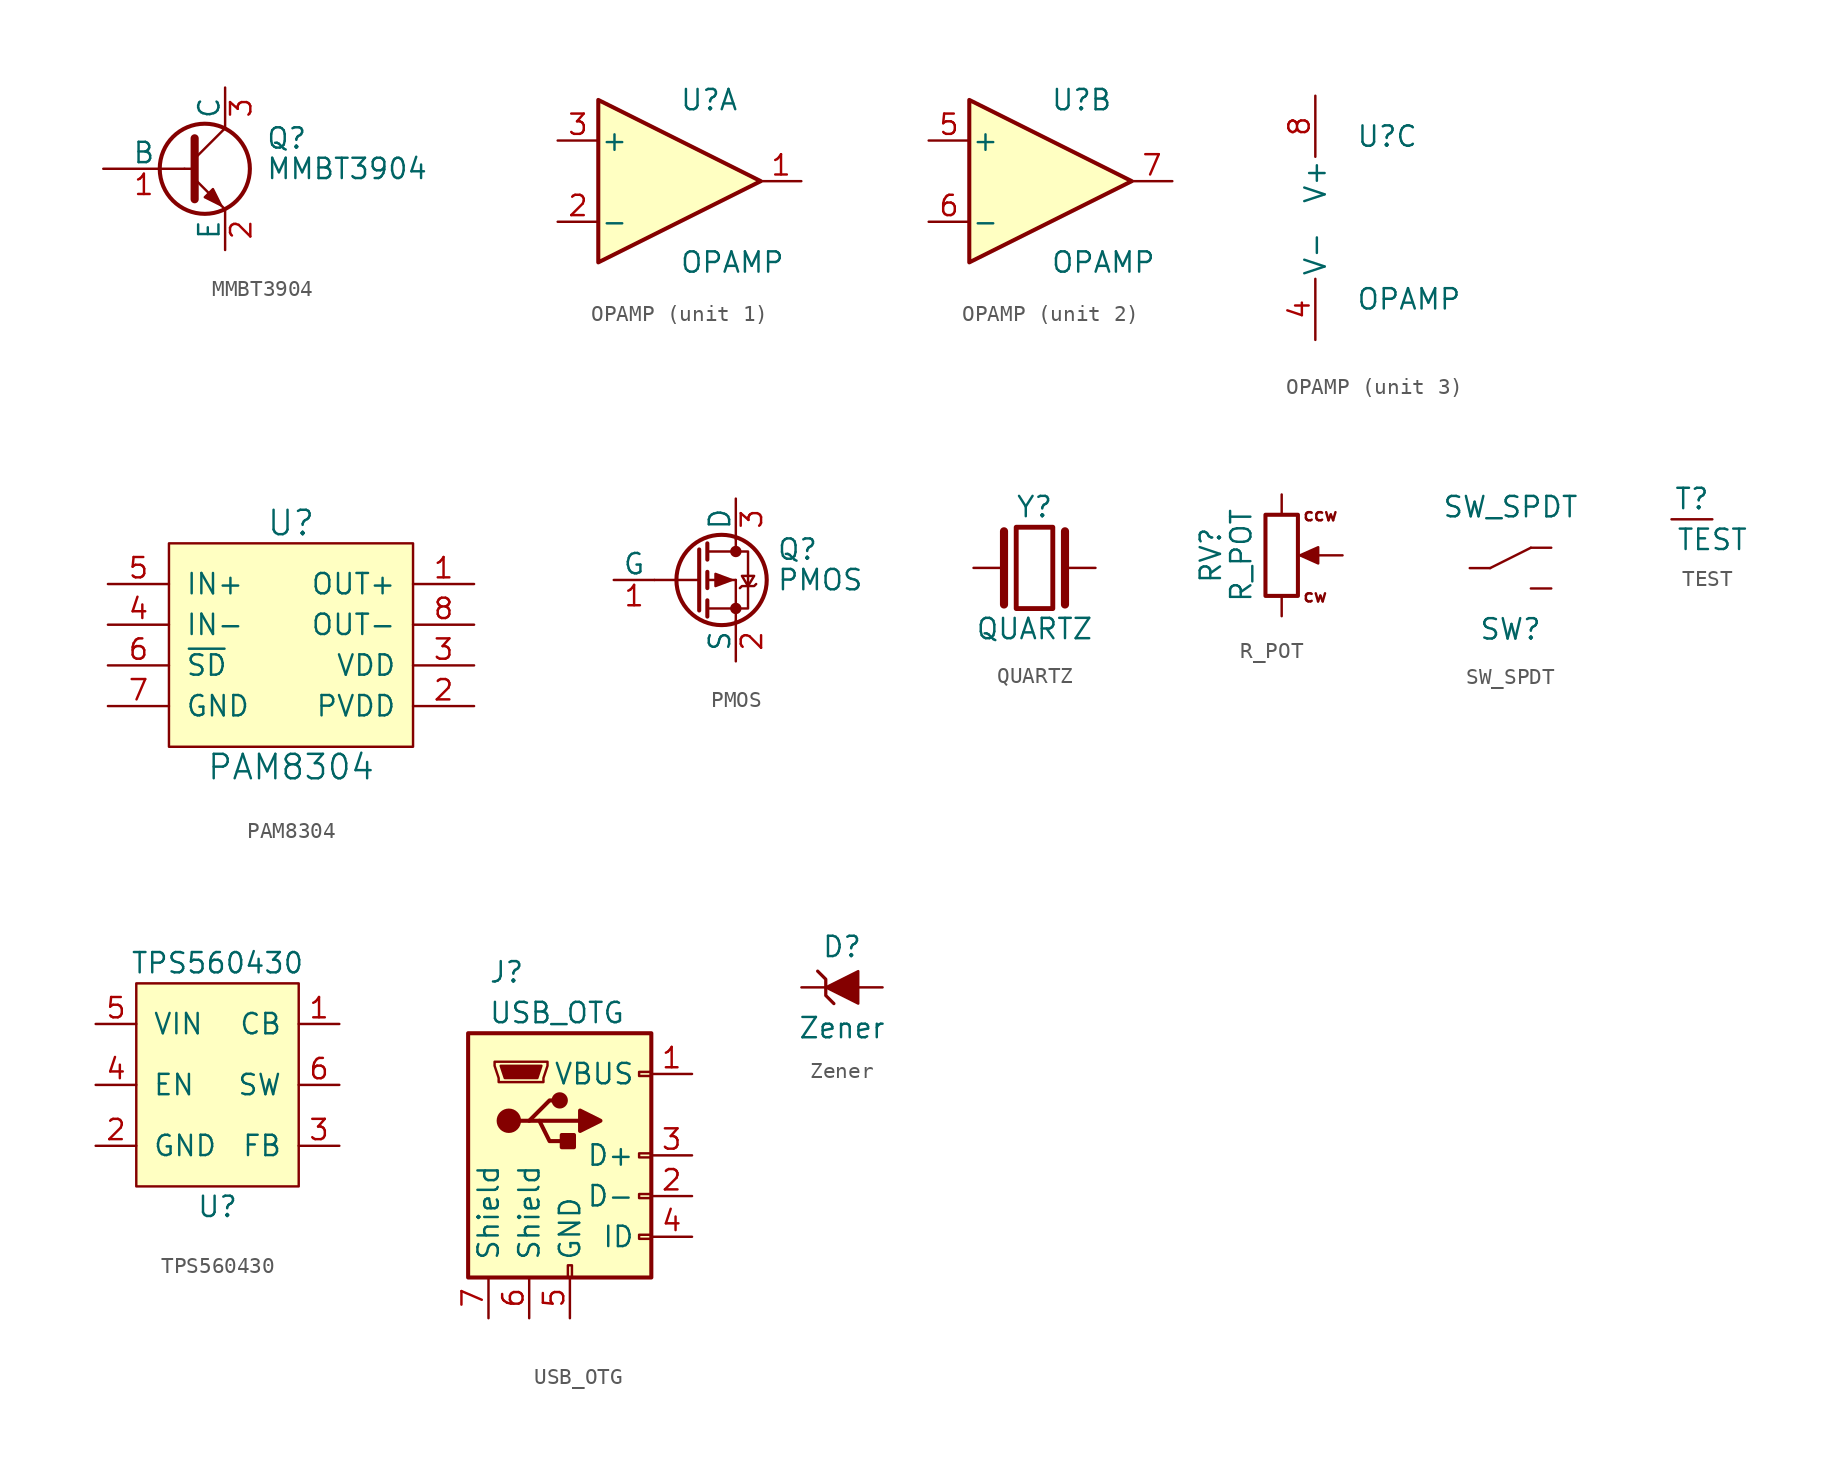
<source format=kicad_sym>
(kicad_symbol_lib
  (version 20211014)
  (generator kicad_symbol_editor)
  (symbol "MMBT3904"
    (pin_names
      (offset 0))
    (property "Reference" "Q"
      (at 5.08 1.905 0)
      (effects (font (size 1.27 1.27)) (justify left)))
    (property "Value" "MMBT3904"
      (at 5.08 0 0)
      (effects (font (size 1.27 1.27)) (justify left)))
    (property "Datasheet" ""
      (at 0 0 0)
      (effects (font (size 1.27 1.27)) (justify left)))
    (symbol "MMBT3904_0_1"
      (polyline (pts (xy 0 0) (xy 0.635 0)) (stroke (width 0) (type default) (color 0 0 0 0)) (fill (type none)))
      (polyline (pts (xy 0.635 0.635) (xy 2.54 2.54)) (stroke (width 0) (type default) (color 0 0 0 0)) (fill (type none)))
      (polyline (pts (xy 0.635 -0.635) (xy 2.54 -2.54) (xy 2.54 -2.54)) (stroke (width 0) (type default) (color 0 0 0 0)) (fill (type none)))
      (polyline (pts (xy 0.635 1.905) (xy 0.635 -1.905) (xy 0.635 -1.905)) (stroke (width 0.508) (type default) (color 0 0 0 0)) (fill (type none)))
      (polyline (pts (xy 1.27 -1.778) (xy 1.778 -1.27) (xy 2.286 -2.286) (xy 1.27 -1.778) (xy 1.27 -1.778)) (stroke (width 0) (type default) (color 0 0 0 0)) (fill (type outline)))
      (circle (center 1.27 0) (radius 2.819) (stroke (width 0.254) (type default) (color 0 0 0 0)) (fill (type none))))
    (symbol "MMBT3904_1_1"
      (pin input line (at -5.08 0 0) (length 5.08) (name "B" (effects (font (size 1.27 1.27)))) (number "1" (effects (font (size 1.27 1.27)))))
      (pin passive line (at 2.54 -5.08 90) (length 2.54) (name "E" (effects (font (size 1.27 1.27)))) (number "2" (effects (font (size 1.27 1.27)))))
      (pin passive line (at 2.54 5.08 270) (length 2.54) (name "C" (effects (font (size 1.27 1.27)))) (number "3" (effects (font (size 1.27 1.27)))))))
  (symbol "OPAMP"
    (pin_names
      (offset 0.127))
    (property "Reference" "U"
      (at 0 5.08 0)
      (effects (font (size 1.27 1.27)) (justify left)))
    (property "Value" "OPAMP"
      (at 0 -5.08 0)
      (effects (font (size 1.27 1.27)) (justify left)))
    (property "ki_locked" ""
      (at 0 0 0)
      (effects (font (size 1.27 1.27))))
    (symbol "OPAMP_1_1"
      (polyline (pts (xy -5.08 5.08) (xy 5.08 0) (xy -5.08 -5.08) (xy -5.08 5.08)) (stroke (width 0.254) (type default) (color 0 0 0 0)) (fill (type background)))
      (pin output line (at 7.62 0 180) (length 2.54) (name "~" (effects (font (size 1.27 1.27)))) (number "1" (effects (font (size 1.27 1.27)))))
      (pin input line (at -7.62 -2.54 0) (length 2.54) (name "-" (effects (font (size 1.27 1.27)))) (number "2" (effects (font (size 1.27 1.27)))))
      (pin input line (at -7.62 2.54 0) (length 2.54) (name "+" (effects (font (size 1.27 1.27)))) (number "3" (effects (font (size 1.27 1.27))))))
    (symbol "OPAMP_2_1"
      (polyline (pts (xy -5.08 5.08) (xy 5.08 0) (xy -5.08 -5.08) (xy -5.08 5.08)) (stroke (width 0.254) (type default) (color 0 0 0 0)) (fill (type background)))
      (pin input line (at -7.62 2.54 0) (length 2.54) (name "+" (effects (font (size 1.27 1.27)))) (number "5" (effects (font (size 1.27 1.27)))))
      (pin input line (at -7.62 -2.54 0) (length 2.54) (name "-" (effects (font (size 1.27 1.27)))) (number "6" (effects (font (size 1.27 1.27)))))
      (pin output line (at 7.62 0 180) (length 2.54) (name "~" (effects (font (size 1.27 1.27)))) (number "7" (effects (font (size 1.27 1.27))))))
    (symbol "OPAMP_3_1"
      (pin power_in line (at -2.54 -7.62 90) (length 3.81) (name "V-" (effects (font (size 1.27 1.27)))) (number "4" (effects (font (size 1.27 1.27)))))
      (pin power_in line (at -2.54 7.62 270) (length 3.81) (name "V+" (effects (font (size 1.27 1.27)))) (number "8" (effects (font (size 1.27 1.27)))))))
  (symbol "PAM8304"
    (pin_names
      (offset 1.016))
    (property "Reference" "U"
      (at 0 7.62 0)
      (effects (font (size 1.524 1.524))))
    (property "Value" "PAM8304"
      (at 0 -7.62 0)
      (effects (font (size 1.524 1.524))))
    (property "Footprint" ""
      (at -1.27 -1.27 0)
      (effects (font (size 1.524 1.524))))
    (property "Datasheet" ""
      (at -1.27 -1.27 0)
      (effects (font (size 1.524 1.524))))
    (symbol "PAM8304_0_1"
      (rectangle (start -7.62 6.35) (end 7.62 -6.35) (stroke (width 0) (type default) (color 0 0 0 0)) (fill (type background))))
    (symbol "PAM8304_1_1"
      (pin input line (at 11.43 3.81 180) (length 3.81) (name "OUT+" (effects (font (size 1.27 1.27)))) (number "1" (effects (font (size 1.27 1.27)))))
      (pin input line (at 11.43 -3.81 180) (length 3.81) (name "PVDD" (effects (font (size 1.27 1.27)))) (number "2" (effects (font (size 1.27 1.27)))))
      (pin input line (at 11.43 -1.27 180) (length 3.81) (name "VDD" (effects (font (size 1.27 1.27)))) (number "3" (effects (font (size 1.27 1.27)))))
      (pin input line (at -11.43 1.27 0) (length 3.81) (name "IN-" (effects (font (size 1.27 1.27)))) (number "4" (effects (font (size 1.27 1.27)))))
      (pin input line (at -11.43 3.81 0) (length 3.81) (name "IN+" (effects (font (size 1.27 1.27)))) (number "5" (effects (font (size 1.27 1.27)))))
      (pin input line (at -11.43 -1.27 0) (length 3.81) (name "~{SD}" (effects (font (size 1.27 1.27)))) (number "6" (effects (font (size 1.27 1.27)))))
      (pin input line (at -11.43 -3.81 0) (length 3.81) (name "GND" (effects (font (size 1.27 1.27)))) (number "7" (effects (font (size 1.27 1.27)))))
      (pin input line (at 11.43 1.27 180) (length 3.81) (name "OUT-" (effects (font (size 1.27 1.27)))) (number "8" (effects (font (size 1.27 1.27)))))))
  (symbol "PMOS"
    (pin_names
      (offset 0))
    (property "Reference" "Q"
      (at 5.08 1.905 0)
      (effects (font (size 1.27 1.27)) (justify left)))
    (property "Value" "PMOS"
      (at 5.08 0 0)
      (effects (font (size 1.27 1.27)) (justify left)))
    (property "Footprint" ""
      (at 5.08 2.54 0)
      (effects (font (size 1.27 1.27))))
    (symbol "PMOS_0_1"
      (polyline (pts (xy -2.54 0) (xy 0.254 0)) (stroke (width 0) (type default) (color 0 0 0 0)) (fill (type none)))
      (polyline (pts (xy 0.762 -1.778) (xy 2.54 -1.778)) (stroke (width 0) (type default) (color 0 0 0 0)) (fill (type none)))
      (polyline (pts (xy 0.762 -1.27) (xy 0.762 -2.286)) (stroke (width 0.254) (type default) (color 0 0 0 0)) (fill (type none)))
      (polyline (pts (xy 0.762 0) (xy 2.54 0)) (stroke (width 0) (type default) (color 0 0 0 0)) (fill (type none)))
      (polyline (pts (xy 0.762 0.508) (xy 0.762 -0.508)) (stroke (width 0.254) (type default) (color 0 0 0 0)) (fill (type none)))
      (polyline (pts (xy 0.762 1.778) (xy 2.54 1.778)) (stroke (width 0) (type default) (color 0 0 0 0)) (fill (type none)))
      (polyline (pts (xy 0.762 2.286) (xy 0.762 1.27)) (stroke (width 0.254) (type default) (color 0 0 0 0)) (fill (type none)))
      (polyline (pts (xy 2.54 -1.778) (xy 2.54 -2.54)) (stroke (width 0) (type default) (color 0 0 0 0)) (fill (type none)))
      (polyline (pts (xy 2.54 -1.778) (xy 2.54 0)) (stroke (width 0) (type default) (color 0 0 0 0)) (fill (type none)))
      (polyline (pts (xy 2.54 2.54) (xy 2.54 1.778)) (stroke (width 0) (type default) (color 0 0 0 0)) (fill (type none)))
      (polyline (pts (xy 0.254 1.905) (xy 0.254 -1.905) (xy 0.254 -1.905)) (stroke (width 0.254) (type default) (color 0 0 0 0)) (fill (type none)))
      (polyline (pts (xy 2.286 0) (xy 1.27 -0.381) (xy 1.27 0.381) (xy 2.286 0)) (stroke (width 0) (type default) (color 0 0 0 0)) (fill (type outline)))
      (polyline (pts (xy 2.54 -1.778) (xy 3.302 -1.778) (xy 3.302 1.778) (xy 2.54 1.778)) (stroke (width 0) (type default) (color 0 0 0 0)) (fill (type none)))
      (polyline (pts (xy 2.794 -0.508) (xy 2.921 -0.381) (xy 3.683 -0.381) (xy 3.81 -0.254)) (stroke (width 0) (type default) (color 0 0 0 0)) (fill (type none)))
      (polyline (pts (xy 3.302 -0.381) (xy 2.921 0.254) (xy 3.683 0.254) (xy 3.302 -0.381)) (stroke (width 0) (type default) (color 0 0 0 0)) (fill (type none)))
      (circle (center 1.651 0) (radius 2.819) (stroke (width 0.254) (type default) (color 0 0 0 0)) (fill (type none)))
      (circle (center 2.54 -1.778) (radius 0.279) (stroke (width 0) (type default) (color 0 0 0 0)) (fill (type outline)))
      (circle (center 2.54 1.778) (radius 0.279) (stroke (width 0) (type default) (color 0 0 0 0)) (fill (type outline))))
    (symbol "PMOS_1_1"
      (pin input line (at -5.08 0 0) (length 2.54) (name "G" (effects (font (size 1.27 1.27)))) (number "1" (effects (font (size 1.27 1.27)))))
      (pin passive line (at 2.54 -5.08 90) (length 2.54) (name "S" (effects (font (size 1.27 1.27)))) (number "2" (effects (font (size 1.27 1.27)))))
      (pin passive line (at 2.54 5.08 270) (length 2.54) (name "D" (effects (font (size 1.27 1.27)))) (number "3" (effects (font (size 1.27 1.27)))))))
  (symbol "QUARTZ"
    (pin_numbers hide)
    (pin_names
      (offset 1.016) hide)
    (property "Reference" "Y"
      (at 0 3.81 0)
      (effects (font (size 1.27 1.27))))
    (property "Value" "QUARTZ"
      (at 0 -3.81 0)
      (effects (font (size 1.27 1.27))))
    (symbol "QUARTZ_0_1"
      (rectangle (start -1.143 2.54) (end 1.143 -2.54) (stroke (width 0.305) (type default) (color 0 0 0 0)) (fill (type none)))
      (polyline (pts (xy -1.905 -2.286) (xy -1.905 2.286)) (stroke (width 0.508) (type default) (color 0 0 0 0)) (fill (type none)))
      (polyline (pts (xy 1.905 -2.286) (xy 1.905 2.286)) (stroke (width 0.508) (type default) (color 0 0 0 0)) (fill (type none))))
    (symbol "QUARTZ_1_1"
      (pin passive line (at -3.81 0 0) (length 1.905) (name "1" (effects (font (size 1.27 1.27)))) (number "1" (effects (font (size 1.27 1.27)))))
      (pin passive line (at 3.81 0 180) (length 1.905) (name "2" (effects (font (size 1.27 1.27)))) (number "2" (effects (font (size 1.27 1.27)))))))
  (symbol "R_POT"
    (pin_numbers hide)
    (pin_names
      (offset 1.016) hide)
    (property "Reference" "RV"
      (at -4.445 0 90)
      (effects (font (size 1.27 1.27))))
    (property "Value" "R_POT"
      (at -2.54 0 90)
      (effects (font (size 1.27 1.27))))
    (symbol "R_POT_0_0"
      (text "ccw" (at 1.27 2.54 0) (effects (font (size 0.762 0.762)) (justify left)))
      (text "cw" (at 1.27 -2.54 0) (effects (font (size 0.762 0.762)) (justify left))))
    (symbol "R_POT_0_1"
      (polyline (pts (xy 1.143 0) (xy 2.286 0.508) (xy 2.286 -0.508) (xy 1.143 0)) (stroke (width 0) (type default) (color 0 0 0 0)) (fill (type outline)))
      (rectangle (start 1.016 2.54) (end -1.016 -2.54) (stroke (width 0.254) (type default) (color 0 0 0 0)) (fill (type none))))
    (symbol "R_POT_1_1"
      (pin passive line (at 0 3.81 270) (length 1.27) (name "1" (effects (font (size 1.27 1.27)))) (number "1" (effects (font (size 1.27 1.27)))))
      (pin passive line (at 3.81 0 180) (length 2.032) (name "2" (effects (font (size 1.27 1.27)))) (number "2" (effects (font (size 1.27 1.27)))))
      (pin passive line (at 0 -3.81 90) (length 1.27) (name "3" (effects (font (size 1.27 1.27)))) (number "3" (effects (font (size 1.27 1.27)))))))
  (symbol "SW_SPDT"
    (pin_numbers hide)
    (pin_names
      (offset 1.016))
    (property "Reference" "SW"
      (at 0 -3.81 0)
      (effects (font (size 1.27 1.27))))
    (property "Value" "SW_SPDT"
      (at 0 3.81 0)
      (effects (font (size 1.27 1.27))))
    (symbol "SW_SPDT_0_1"
      (polyline (pts (xy -1.27 0) (xy 1.27 1.27)) (stroke (width 0) (type default) (color 0 0 0 0)) (fill (type none))))
    (symbol "SW_SPDT_1_1"
      (pin passive line (at 2.54 1.27 180) (length 1.27) (name "~" (effects (font (size 1.27 1.27)))) (number "1" (effects (font (size 1.27 1.27)))))
      (pin passive line (at -2.54 0 0) (length 1.27) (name "~" (effects (font (size 1.27 1.27)))) (number "2" (effects (font (size 1.27 1.27)))))
      (pin passive line (at 2.54 -1.27 180) (length 1.27) (name "~" (effects (font (size 1.27 1.27)))) (number "3" (effects (font (size 1.27 1.27)))))))
  (symbol "TEST"
    (pin_numbers hide)
    (pin_names
      (offset 1.016))
    (property "Reference" "T"
      (at -1.27 1.27 0)
      (effects (font (size 1.27 1.27))))
    (property "Value" "TEST"
      (at 0 -1.27 0)
      (effects (font (size 1.27 1.27))))
    (symbol "TEST_1_1"
      (pin input line (at -2.54 0 0) (length 2.54) (name "~" (effects (font (size 1.27 1.27)))) (number "1" (effects (font (size 1.27 1.27)))))))
  (symbol "TPS560430"
    (pin_names
      (offset 1.016))
    (property "Reference" "U"
      (at 0 -7.62 0)
      (effects (font (size 1.27 1.27))))
    (property "Value" "TPS560430"
      (at 0 7.62 0)
      (effects (font (size 1.27 1.27))))
    (symbol "TPS560430_0_1"
      (rectangle (start -5.08 6.35) (end 5.08 -6.35) (stroke (width 0) (type default) (color 0 0 0 0)) (fill (type background))))
    (symbol "TPS560430_1_1"
      (pin input line (at 7.62 3.81 180) (length 2.54) (name "CB" (effects (font (size 1.27 1.27)))) (number "1" (effects (font (size 1.27 1.27)))))
      (pin power_in line (at -7.62 -3.81 0) (length 2.54) (name "GND" (effects (font (size 1.27 1.27)))) (number "2" (effects (font (size 1.27 1.27)))))
      (pin input line (at 7.62 -3.81 180) (length 2.54) (name "FB" (effects (font (size 1.27 1.27)))) (number "3" (effects (font (size 1.27 1.27)))))
      (pin input line (at -7.62 0 0) (length 2.54) (name "EN" (effects (font (size 1.27 1.27)))) (number "4" (effects (font (size 1.27 1.27)))))
      (pin power_in line (at -7.62 3.81 0) (length 2.54) (name "VIN" (effects (font (size 1.27 1.27)))) (number "5" (effects (font (size 1.27 1.27)))))
      (pin output line (at 7.62 0 180) (length 2.54) (name "SW" (effects (font (size 1.27 1.27)))) (number "6" (effects (font (size 1.27 1.27)))))))
  (symbol "USB_OTG"
    (pin_names
      (offset 1.016))
    (property "Reference" "J"
      (at -5.08 11.43 0)
      (effects (font (size 1.27 1.27)) (justify left)))
    (property "Value" "USB_OTG"
      (at -5.08 8.89 0)
      (effects (font (size 1.27 1.27)) (justify left)))
    (symbol "USB_OTG_0_1"
      (rectangle (start -6.35 -7.62) (end 5.08 7.62) (stroke (width 0.254) (type default) (color 0 0 0 0)) (fill (type background)))
      (circle (center -3.81 2.159) (radius 0.635) (stroke (width 0.254) (type default) (color 0 0 0 0)) (fill (type outline)))
      (circle (center -0.635 3.429) (radius 0.381) (stroke (width 0.254) (type default) (color 0 0 0 0)) (fill (type outline)))
      (rectangle (start -0.127 -7.62) (end 0.127 -6.858) (stroke (width 0) (type default) (color 0 0 0 0)) (fill (type none)))
      (polyline (pts (xy -1.905 2.159) (xy 0.635 2.159)) (stroke (width 0.254) (type default) (color 0 0 0 0)) (fill (type none)))
      (polyline (pts (xy -3.175 2.159) (xy -2.54 2.159) (xy -1.27 3.429) (xy -0.635 3.429)) (stroke (width 0.254) (type default) (color 0 0 0 0)) (fill (type none)))
      (polyline (pts (xy -2.54 2.159) (xy -1.905 2.159) (xy -1.27 0.889) (xy 0 0.889)) (stroke (width 0.254) (type default) (color 0 0 0 0)) (fill (type none)))
      (polyline (pts (xy 0.635 2.794) (xy 0.635 1.524) (xy 1.905 2.159) (xy 0.635 2.794)) (stroke (width 0.254) (type default) (color 0 0 0 0)) (fill (type outline)))
      (polyline (pts (xy -4.318 5.588) (xy -1.778 5.588) (xy -2.032 4.826) (xy -4.064 4.826) (xy -4.318 5.588)) (stroke (width 0) (type default) (color 0 0 0 0)) (fill (type outline)))
      (polyline (pts (xy -4.699 5.842) (xy -4.699 5.588) (xy -4.445 4.826) (xy -4.445 4.572) (xy -1.651 4.572) (xy -1.651 4.826) (xy -1.397 5.588) (xy -1.397 5.842) (xy -4.699 5.842)) (stroke (width 0) (type default) (color 0 0 0 0)) (fill (type none)))
      (rectangle (start 0.254 1.27) (end -0.508 0.508) (stroke (width 0.254) (type default) (color 0 0 0 0)) (fill (type outline)))
      (rectangle (start 5.08 -5.207) (end 4.318 -4.953) (stroke (width 0) (type default) (color 0 0 0 0)) (fill (type none)))
      (rectangle (start 5.08 -2.667) (end 4.318 -2.413) (stroke (width 0) (type default) (color 0 0 0 0)) (fill (type none)))
      (rectangle (start 5.08 -0.127) (end 4.318 0.127) (stroke (width 0) (type default) (color 0 0 0 0)) (fill (type none)))
      (rectangle (start 5.08 4.953) (end 4.318 5.207) (stroke (width 0) (type default) (color 0 0 0 0)) (fill (type none))))
    (symbol "USB_OTG_1_1"
      (pin power_in line (at 7.62 5.08 180) (length 2.54) (name "VBUS" (effects (font (size 1.27 1.27)))) (number "1" (effects (font (size 1.27 1.27)))))
      (pin passive line (at 7.62 -2.54 180) (length 2.54) (name "D-" (effects (font (size 1.27 1.27)))) (number "2" (effects (font (size 1.27 1.27)))))
      (pin passive line (at 7.62 0 180) (length 2.54) (name "D+" (effects (font (size 1.27 1.27)))) (number "3" (effects (font (size 1.27 1.27)))))
      (pin passive line (at 7.62 -5.08 180) (length 2.54) (name "ID" (effects (font (size 1.27 1.27)))) (number "4" (effects (font (size 1.27 1.27)))))
      (pin power_in line (at 0 -10.16 90) (length 2.54) (name "GND" (effects (font (size 1.27 1.27)))) (number "5" (effects (font (size 1.27 1.27)))))
      (pin passive line (at -2.54 -10.16 90) (length 2.54) (name "Shield" (effects (font (size 1.27 1.27)))) (number "6" (effects (font (size 1.27 1.27)))))
      (pin passive line (at -5.08 -10.16 90) (length 2.54) (name "Shield" (effects (font (size 1.27 1.27)))) (number "7" (effects (font (size 1.27 1.27)))))))
  (symbol "Zener"
    (pin_numbers hide)
    (pin_names
      (offset 1.016) hide)
    (property "Reference" "D"
      (at 0 2.54 0)
      (effects (font (size 1.27 1.27))))
    (property "Value" "Zener"
      (at 0 -2.54 0)
      (effects (font (size 1.27 1.27))))
    (property "Footprint" ""
      (at 0 0 0)
      (effects (font (size 1.27 1.27))))
    (property "Datasheet" ""
      (at 0 0 0)
      (effects (font (size 1.27 1.27))))
    (symbol "Zener_0_1"
      (polyline (pts (xy -1.524 1.016) (xy -1.016 0.508) (xy -1.016 -0.508) (xy -0.508 -1.016)) (stroke (width 0.203) (type default) (color 0 0 0 0)) (fill (type none)))
      (polyline (pts (xy 1.016 1.016) (xy -1.016 0) (xy 1.016 -1.016) (xy 1.016 1.016)) (stroke (width 0) (type default) (color 0 0 0 0)) (fill (type outline))))
    (symbol "Zener_1_1"
      (pin passive line (at -2.54 0 0) (length 1.524) (name "K" (effects (font (size 1.016 1.016)))) (number "1" (effects (font (size 1.016 1.016)))))
      (pin passive line (at 2.54 0 180) (length 1.524) (name "A" (effects (font (size 1.016 1.016)))) (number "2" (effects (font (size 1.016 1.016))))))))
</source>
